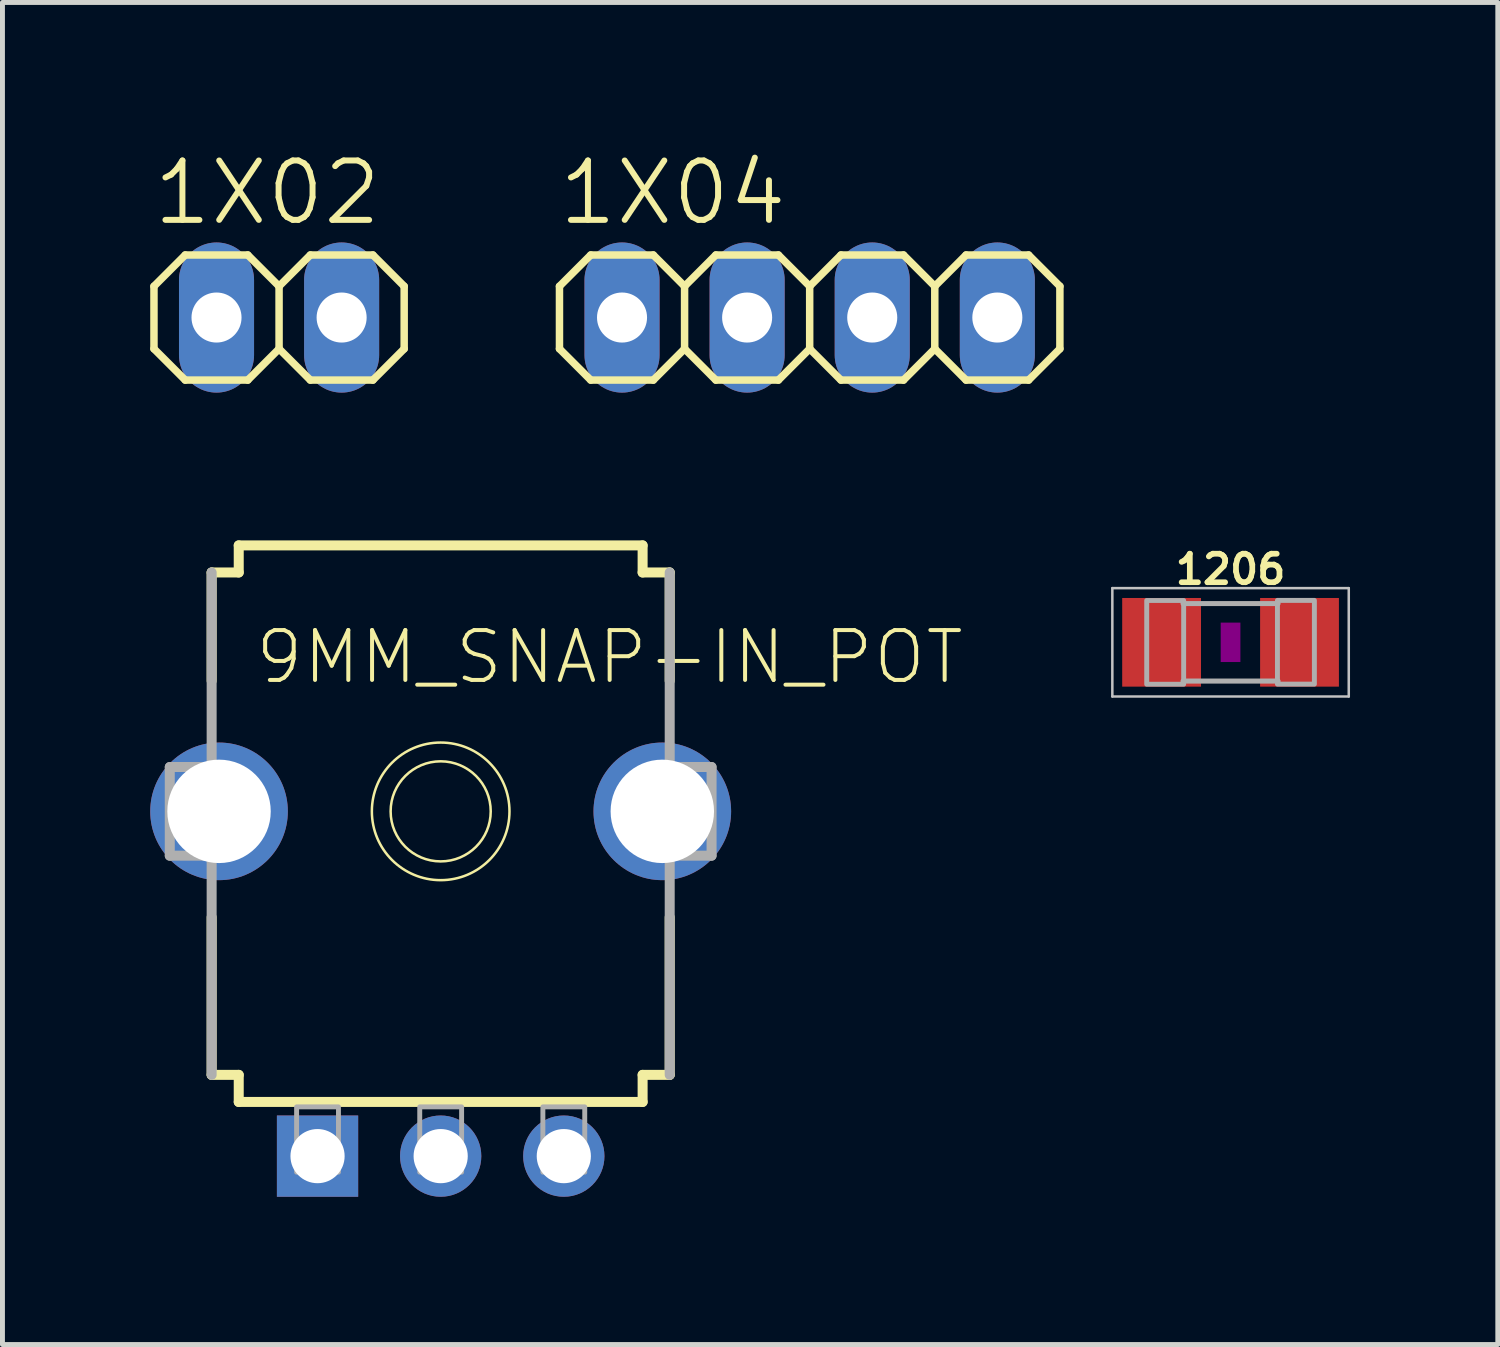
<source format=kicad_pcb>
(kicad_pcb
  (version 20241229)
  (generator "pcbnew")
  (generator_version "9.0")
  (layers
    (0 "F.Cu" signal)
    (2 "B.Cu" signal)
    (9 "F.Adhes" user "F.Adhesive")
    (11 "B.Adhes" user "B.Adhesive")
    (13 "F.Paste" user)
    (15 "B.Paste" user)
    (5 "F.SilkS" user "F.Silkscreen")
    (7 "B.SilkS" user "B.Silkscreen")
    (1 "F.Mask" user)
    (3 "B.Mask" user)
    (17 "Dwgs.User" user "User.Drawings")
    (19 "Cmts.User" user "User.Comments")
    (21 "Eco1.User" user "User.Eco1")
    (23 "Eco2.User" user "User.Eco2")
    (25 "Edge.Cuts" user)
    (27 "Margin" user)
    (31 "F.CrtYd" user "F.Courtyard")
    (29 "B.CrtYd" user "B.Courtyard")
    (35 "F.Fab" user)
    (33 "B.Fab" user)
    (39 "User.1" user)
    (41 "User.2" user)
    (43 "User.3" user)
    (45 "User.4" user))
  (footprint "1X02"
    (layer "F.Cu")
    (at 2.616 3.397)
    (property "Reference" "1X02" (at -2.616 -1.829 180) (layer "F.SilkS") (effects (font (size 1.206 1.206) (thickness 0.121)) (justify left bottom)))
    (attr through_hole)
    (fp_line (start -2.54 -0.635) (end -2.54 0.635) (stroke (width 0.152) (type solid)) (layer "F.SilkS"))
    (fp_line (start -2.54 0.635) (end -1.905 1.27) (stroke (width 0.152) (type solid)) (layer "F.SilkS"))
    (fp_line (start -1.905 -1.27) (end -2.54 -0.635) (stroke (width 0.152) (type solid)) (layer "F.SilkS"))
    (fp_line (start -1.905 -1.27) (end -0.635 -1.27) (stroke (width 0.152) (type solid)) (layer "F.SilkS"))
    (fp_line (start -0.635 -1.27) (end 0 -0.635) (stroke (width 0.152) (type solid)) (layer "F.SilkS"))
    (fp_line (start -0.635 1.27) (end -1.905 1.27) (stroke (width 0.152) (type solid)) (layer "F.SilkS"))
    (fp_line (start 0 -0.635) (end 0 0.635) (stroke (width 0.152) (type solid)) (layer "F.SilkS"))
    (fp_line (start 0 -0.635) (end 0.635 -1.27) (stroke (width 0.152) (type solid)) (layer "F.SilkS"))
    (fp_line (start 0 0.635) (end -0.635 1.27) (stroke (width 0.152) (type solid)) (layer "F.SilkS"))
    (fp_line (start 0.635 -1.27) (end 1.905 -1.27) (stroke (width 0.152) (type solid)) (layer "F.SilkS"))
    (fp_line (start 0.635 1.27) (end 0 0.635) (stroke (width 0.152) (type solid)) (layer "F.SilkS"))
    (fp_line (start 1.905 -1.27) (end 2.54 -0.635) (stroke (width 0.152) (type solid)) (layer "F.SilkS"))
    (fp_line (start 1.905 1.27) (end 0.635 1.27) (stroke (width 0.152) (type solid)) (layer "F.SilkS"))
    (fp_line (start 2.54 -0.635) (end 2.54 0.635) (stroke (width 0.152) (type solid)) (layer "F.SilkS"))
    (fp_line (start 2.54 0.635) (end 1.905 1.27) (stroke (width 0.152) (type solid)) (layer "F.SilkS"))
    (fp_poly (pts (xy -1.524 0.254) (xy -1.016 0.254) (xy -1.016 -0.254) (xy -1.524 -0.254)) (stroke (width 0.1) (type solid)) (fill no) (layer "F.Fab"))
    (fp_poly (pts (xy 1.016 0.254) (xy 1.524 0.254) (xy 1.524 -0.254) (xy 1.016 -0.254)) (stroke (width 0.1) (type solid)) (fill no) (layer "F.Fab"))
    (pad "1" thru_hole oval (at -1.27 0 90) (size 3.048 1.524) (drill 1.016) (layers "*.Cu" "*.Mask"))
    (pad "2" thru_hole oval (at 1.27 0 90) (size 3.048 1.524) (drill 1.016) (layers "*.Cu" "*.Mask")))
  (footprint "1206"
    (layer "F.Cu")
    (at 21.934 9.991)
    (property "Reference" "1206" (at 0 -1.143 0) (layer "F.SilkS") (effects (font (size 0.579 0.579) (thickness 0.116)) (justify bottom)))
    (attr through_hole)
    (fp_poly (pts (xy -0.2 0.4) (xy 0.2 0.4) (xy 0.2 -0.4) (xy -0.2 -0.4)) (stroke (width 0) (type solid)) (fill yes) (layer "F.Adhes"))
    (fp_line (start -2.4 -1.1) (end 2.4 -1.1) (stroke (width 0.051) (type solid)) (layer "Dwgs.User"))
    (fp_line (start -2.4 1.1) (end -2.4 -1.1) (stroke (width 0.051) (type solid)) (layer "Dwgs.User"))
    (fp_line (start 2.4 -1.1) (end 2.4 1.1) (stroke (width 0.051) (type solid)) (layer "Dwgs.User"))
    (fp_line (start 2.4 1.1) (end -2.4 1.1) (stroke (width 0.051) (type solid)) (layer "Dwgs.User"))
    (fp_line (start -0.965 -0.787) (end 0.965 -0.787) (stroke (width 0.102) (type solid)) (layer "F.Fab"))
    (fp_line (start -0.965 0.787) (end 0.965 0.787) (stroke (width 0.102) (type solid)) (layer "F.Fab"))
    (fp_poly (pts (xy -1.702 0.851) (xy -0.952 0.851) (xy -0.952 -0.849) (xy -1.702 -0.849)) (stroke (width 0.1) (type solid)) (fill no) (layer "F.Fab"))
    (fp_poly (pts (xy 0.952 0.849) (xy 1.702 0.849) (xy 1.702 -0.851) (xy 0.952 -0.851)) (stroke (width 0.1) (type solid)) (fill no) (layer "F.Fab"))
    (pad "1" smd rect (at -1.4 0) (size 1.6 1.8) (layers "F.Cu" "F.Mask" "F.Paste"))
    (pad "2" smd rect (at 1.4 0) (size 1.6 1.8) (layers "F.Cu" "F.Mask" "F.Paste")))
  (footprint "9MM_SNAP-IN_POT"
    (layer "F.Cu")
    (at 5.897 13.423)
    (property "Reference" "9MM_SNAP-IN_POT" (at -3.81 -2.54 0) (layer "F.SilkS") (effects (font (size 1.013 1.013) (thickness 0.081)) (justify left bottom)))
    (attr through_hole)
    (fp_line (start -4.65 -2.65) (end -4.65 -4.85) (stroke (width 0.203) (type solid)) (layer "F.SilkS"))
    (fp_line (start -4.65 5.35) (end -4.65 2.15) (stroke (width 0.203) (type solid)) (layer "F.SilkS"))
    (fp_line (start -4.65 5.35) (end -4.1 5.35) (stroke (width 0.203) (type solid)) (layer "F.SilkS"))
    (fp_line (start -4.1 -5.4) (end -4.1 -4.85) (stroke (width 0.203) (type solid)) (layer "F.SilkS"))
    (fp_line (start -4.1 -5.4) (end 4.1 -5.4) (stroke (width 0.203) (type solid)) (layer "F.SilkS"))
    (fp_line (start -4.1 -4.85) (end -4.65 -4.85) (stroke (width 0.203) (type solid)) (layer "F.SilkS"))
    (fp_line (start -4.1 5.35) (end -4.1 5.9) (stroke (width 0.203) (type solid)) (layer "F.SilkS"))
    (fp_line (start 4.1 -4.85) (end 4.1 -5.4) (stroke (width 0.203) (type solid)) (layer "F.SilkS"))
    (fp_line (start 4.1 5.35) (end 4.65 5.35) (stroke (width 0.203) (type solid)) (layer "F.SilkS"))
    (fp_line (start 4.1 5.9) (end -4.1 5.9) (stroke (width 0.203) (type solid)) (layer "F.SilkS"))
    (fp_line (start 4.1 5.9) (end 4.1 5.35) (stroke (width 0.203) (type solid)) (layer "F.SilkS"))
    (fp_line (start 4.65 -4.85) (end 4.1 -4.85) (stroke (width 0.203) (type solid)) (layer "F.SilkS"))
    (fp_line (start 4.65 -4.85) (end 4.65 -2.65) (stroke (width 0.203) (type solid)) (layer "F.SilkS"))
    (fp_line (start 4.65 2.15) (end 4.65 5.35) (stroke (width 0.203) (type solid)) (layer "F.SilkS"))
    (fp_circle (center 0 0) (end 1.016 0) (stroke (width 0.051) (type solid)) (fill no) (layer "F.SilkS"))
    (fp_circle (center 0 0) (end 1.397 0) (stroke (width 0.051) (type solid)) (fill no) (layer "F.SilkS"))
    (fp_line (start -5.5 -0.9) (end -5.5 0.9) (stroke (width 0.203) (type solid)) (layer "F.Fab"))
    (fp_line (start -5.5 0.9) (end -4.75 0.9) (stroke (width 0.203) (type solid)) (layer "F.Fab"))
    (fp_line (start -4.75 -0.9) (end -5.5 -0.9) (stroke (width 0.203) (type solid)) (layer "F.Fab"))
    (fp_line (start -4.65 5.35) (end -4.65 -4.85) (stroke (width 0.203) (type solid)) (layer "F.Fab"))
    (fp_line (start 4.65 -4.85) (end 4.65 5.35) (stroke (width 0.203) (type solid)) (layer "F.Fab"))
    (fp_line (start 4.75 0.9) (end 5.5 0.9) (stroke (width 0.203) (type solid)) (layer "F.Fab"))
    (fp_line (start 5.5 -0.9) (end 4.75 -0.9) (stroke (width 0.203) (type solid)) (layer "F.Fab"))
    (fp_line (start 5.5 0.9) (end 5.5 -0.9) (stroke (width 0.203) (type solid)) (layer "F.Fab"))
    (fp_poly (pts (xy -2.925 7.325) (xy -2.075 7.325) (xy -2.075 6) (xy -2.925 6)) (stroke (width 0.1) (type solid)) (fill no) (layer "F.Fab"))
    (fp_poly (pts (xy -0.425 7.325) (xy 0.425 7.325) (xy 0.425 6) (xy -0.425 6)) (stroke (width 0.1) (type solid)) (fill no) (layer "F.Fab"))
    (fp_poly (pts (xy 2.075 7.325) (xy 2.925 7.325) (xy 2.925 6) (xy 2.075 6)) (stroke (width 0.1) (type solid)) (fill no) (layer "F.Fab"))
    (pad "1" thru_hole rect (at -2.5 7 270) (size 1.65 1.65) (drill 1.1) (layers "*.Cu" "*.Mask"))
    (pad "2" thru_hole circle (at 0 7 270) (size 1.65 1.65) (drill 1.1) (layers "*.Cu" "*.Mask"))
    (pad "3" thru_hole circle (at 2.5 7 270) (size 1.65 1.65) (drill 1.1) (layers "*.Cu" "*.Mask"))
    (pad "CHASSIS1" thru_hole circle (at -4.5 0 270) (size 2.794 2.794) (drill 2.1) (layers "*.Cu" "*.Mask"))
    (pad "CHASSIS2" thru_hole circle (at 4.5 0 270) (size 2.794 2.794) (drill 2.1) (layers "*.Cu" "*.Mask")))
  (footprint "1X04"
    (layer "F.Cu")
    (at 13.389 3.397)
    (property "Reference" "1X04" (at -5.156 -1.829 0) (layer "F.SilkS") (effects (font (size 1.206 1.206) (thickness 0.121)) (justify left bottom)))
    (attr through_hole)
    (fp_line (start -5.08 -0.635) (end -5.08 0.635) (stroke (width 0.152) (type solid)) (layer "F.SilkS"))
    (fp_line (start -5.08 0.635) (end -4.445 1.27) (stroke (width 0.152) (type solid)) (layer "F.SilkS"))
    (fp_line (start -4.445 -1.27) (end -5.08 -0.635) (stroke (width 0.152) (type solid)) (layer "F.SilkS"))
    (fp_line (start -4.445 -1.27) (end -3.175 -1.27) (stroke (width 0.152) (type solid)) (layer "F.SilkS"))
    (fp_line (start -3.175 -1.27) (end -2.54 -0.635) (stroke (width 0.152) (type solid)) (layer "F.SilkS"))
    (fp_line (start -3.175 1.27) (end -4.445 1.27) (stroke (width 0.152) (type solid)) (layer "F.SilkS"))
    (fp_line (start -2.54 -0.635) (end -2.54 0.635) (stroke (width 0.152) (type solid)) (layer "F.SilkS"))
    (fp_line (start -2.54 -0.635) (end -1.905 -1.27) (stroke (width 0.152) (type solid)) (layer "F.SilkS"))
    (fp_line (start -2.54 0.635) (end -3.175 1.27) (stroke (width 0.152) (type solid)) (layer "F.SilkS"))
    (fp_line (start -1.905 -1.27) (end -0.635 -1.27) (stroke (width 0.152) (type solid)) (layer "F.SilkS"))
    (fp_line (start -1.905 1.27) (end -2.54 0.635) (stroke (width 0.152) (type solid)) (layer "F.SilkS"))
    (fp_line (start -0.635 -1.27) (end 0 -0.635) (stroke (width 0.152) (type solid)) (layer "F.SilkS"))
    (fp_line (start -0.635 1.27) (end -1.905 1.27) (stroke (width 0.152) (type solid)) (layer "F.SilkS"))
    (fp_line (start 0 -0.635) (end 0 0.635) (stroke (width 0.152) (type solid)) (layer "F.SilkS"))
    (fp_line (start 0 -0.635) (end 0.635 -1.27) (stroke (width 0.152) (type solid)) (layer "F.SilkS"))
    (fp_line (start 0 0.635) (end -0.635 1.27) (stroke (width 0.152) (type solid)) (layer "F.SilkS"))
    (fp_line (start 0.635 -1.27) (end 1.905 -1.27) (stroke (width 0.152) (type solid)) (layer "F.SilkS"))
    (fp_line (start 0.635 1.27) (end 0 0.635) (stroke (width 0.152) (type solid)) (layer "F.SilkS"))
    (fp_line (start 1.905 -1.27) (end 2.54 -0.635) (stroke (width 0.152) (type solid)) (layer "F.SilkS"))
    (fp_line (start 1.905 1.27) (end 0.635 1.27) (stroke (width 0.152) (type solid)) (layer "F.SilkS"))
    (fp_line (start 2.54 -0.635) (end 2.54 0.635) (stroke (width 0.152) (type solid)) (layer "F.SilkS"))
    (fp_line (start 2.54 0.635) (end 1.905 1.27) (stroke (width 0.152) (type solid)) (layer "F.SilkS"))
    (fp_line (start 2.54 0.635) (end 3.175 1.27) (stroke (width 0.152) (type solid)) (layer "F.SilkS"))
    (fp_line (start 3.175 -1.27) (end 2.54 -0.635) (stroke (width 0.152) (type solid)) (layer "F.SilkS"))
    (fp_line (start 3.175 -1.27) (end 4.445 -1.27) (stroke (width 0.152) (type solid)) (layer "F.SilkS"))
    (fp_line (start 4.445 -1.27) (end 5.08 -0.635) (stroke (width 0.152) (type solid)) (layer "F.SilkS"))
    (fp_line (start 4.445 1.27) (end 3.175 1.27) (stroke (width 0.152) (type solid)) (layer "F.SilkS"))
    (fp_line (start 5.08 -0.635) (end 5.08 0.635) (stroke (width 0.152) (type solid)) (layer "F.SilkS"))
    (fp_line (start 5.08 0.635) (end 4.445 1.27) (stroke (width 0.152) (type solid)) (layer "F.SilkS"))
    (fp_poly (pts (xy -4.064 0.254) (xy -3.556 0.254) (xy -3.556 -0.254) (xy -4.064 -0.254)) (stroke (width 0.1) (type solid)) (fill no) (layer "F.Fab"))
    (fp_poly (pts (xy -1.524 0.254) (xy -1.016 0.254) (xy -1.016 -0.254) (xy -1.524 -0.254)) (stroke (width 0.1) (type solid)) (fill no) (layer "F.Fab"))
    (fp_poly (pts (xy 1.016 0.254) (xy 1.524 0.254) (xy 1.524 -0.254) (xy 1.016 -0.254)) (stroke (width 0.1) (type solid)) (fill no) (layer "F.Fab"))
    (fp_poly (pts (xy 3.556 0.254) (xy 4.064 0.254) (xy 4.064 -0.254) (xy 3.556 -0.254)) (stroke (width 0.1) (type solid)) (fill no) (layer "F.Fab"))
    (pad "1" thru_hole oval (at -3.81 0 90) (size 3.048 1.524) (drill 1.016) (layers "*.Cu" "*.Mask"))
    (pad "2" thru_hole oval (at -1.27 0 90) (size 3.048 1.524) (drill 1.016) (layers "*.Cu" "*.Mask"))
    (pad "3" thru_hole oval (at 1.27 0 90) (size 3.048 1.524) (drill 1.016) (layers "*.Cu" "*.Mask"))
    (pad "4" thru_hole oval (at 3.81 0 90) (size 3.048 1.524) (drill 1.016) (layers "*.Cu" "*.Mask")))
  (gr_rect
    (start -3 -3)
    (end 27.36 24.248)
    (stroke (width 0.1) (type default))
    (fill no)
    (layer "Edge.Cuts")))
</source>
